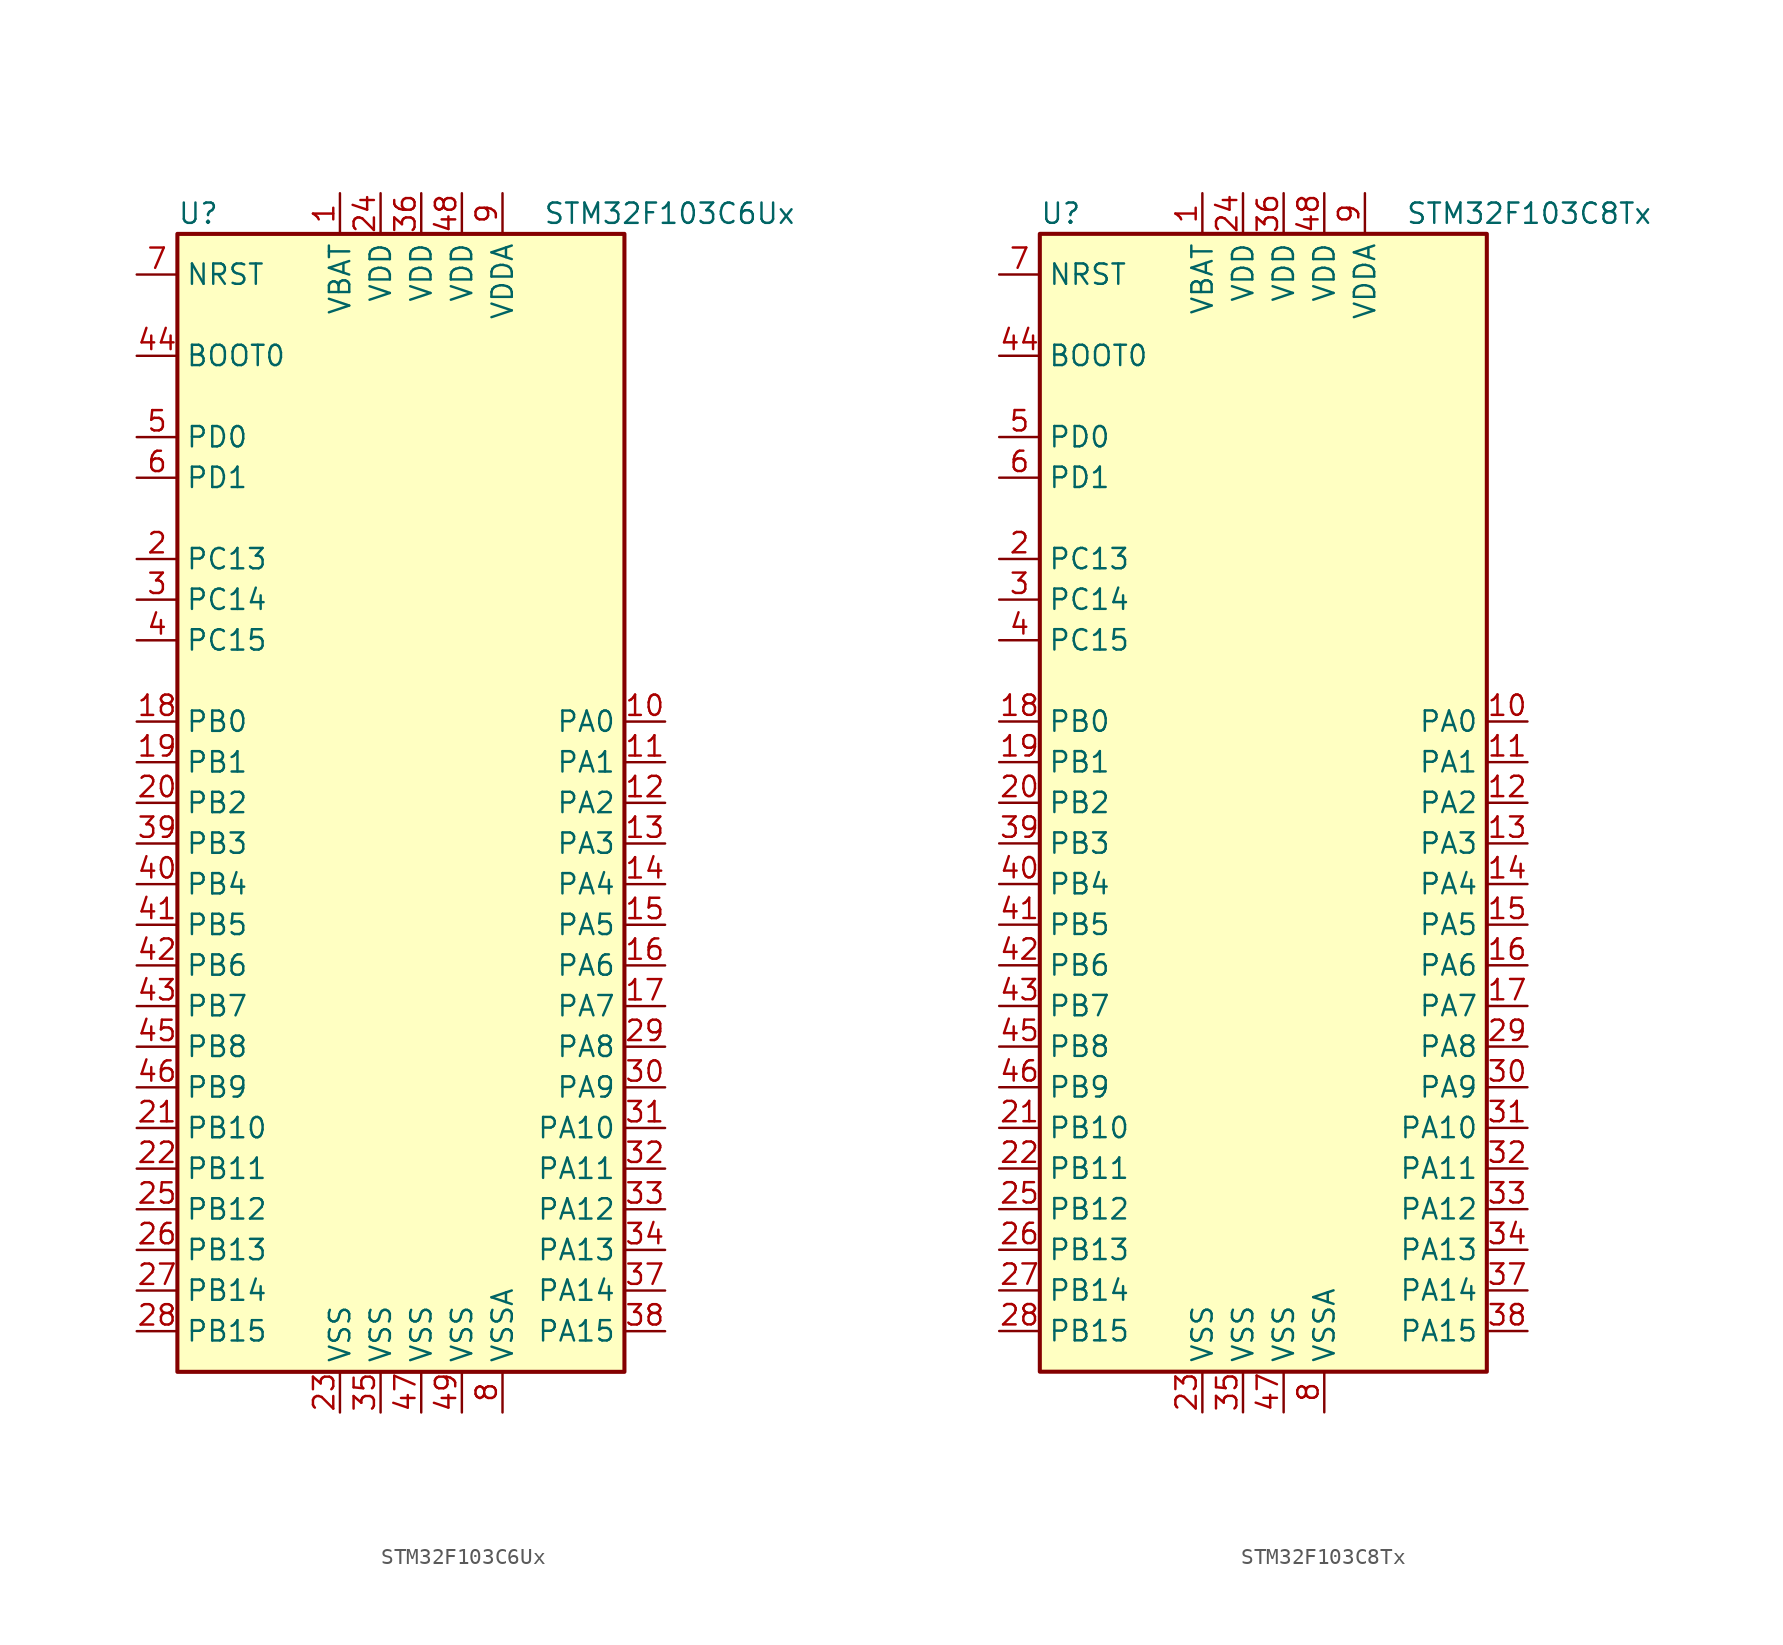
<source format=kicad_sym>
(kicad_symbol_lib
  (version 20211014)
  (generator kicad_symbol_editor)
  (symbol "STM32F103C6Ux"
    (property "Reference" "U"
      (at -15.24 36.83 0)
      (effects (font (size 1.27 1.27)) (justify left)))
    (property "Value" "STM32F103C6Ux"
      (at 7.62 36.83 0)
      (effects (font (size 1.27 1.27)) (justify left)))
    (symbol "STM32F103C6Ux_0_1"
      (rectangle (start -15.24 -35.56) (end 12.7 35.56) (stroke (width 0.254) (type default) (color 0 0 0 0)) (fill (type background))))
    (symbol "STM32F103C6Ux_1_1"
      (pin power_in line (at -5.08 38.1 270) (length 2.54) (name "VBAT" (effects (font (size 1.27 1.27)))) (number "1" (effects (font (size 1.27 1.27)))))
      (pin bidirectional line (at 15.24 5.08 180) (length 2.54) (name "PA0" (effects (font (size 1.27 1.27)))) (number "10" (effects (font (size 1.27 1.27)))))
      (pin bidirectional line (at 15.24 2.54 180) (length 2.54) (name "PA1" (effects (font (size 1.27 1.27)))) (number "11" (effects (font (size 1.27 1.27)))))
      (pin bidirectional line (at 15.24 0 180) (length 2.54) (name "PA2" (effects (font (size 1.27 1.27)))) (number "12" (effects (font (size 1.27 1.27)))))
      (pin bidirectional line (at 15.24 -2.54 180) (length 2.54) (name "PA3" (effects (font (size 1.27 1.27)))) (number "13" (effects (font (size 1.27 1.27)))))
      (pin bidirectional line (at 15.24 -5.08 180) (length 2.54) (name "PA4" (effects (font (size 1.27 1.27)))) (number "14" (effects (font (size 1.27 1.27)))))
      (pin bidirectional line (at 15.24 -7.62 180) (length 2.54) (name "PA5" (effects (font (size 1.27 1.27)))) (number "15" (effects (font (size 1.27 1.27)))))
      (pin bidirectional line (at 15.24 -10.16 180) (length 2.54) (name "PA6" (effects (font (size 1.27 1.27)))) (number "16" (effects (font (size 1.27 1.27)))))
      (pin bidirectional line (at 15.24 -12.7 180) (length 2.54) (name "PA7" (effects (font (size 1.27 1.27)))) (number "17" (effects (font (size 1.27 1.27)))))
      (pin bidirectional line (at -17.78 5.08 0) (length 2.54) (name "PB0" (effects (font (size 1.27 1.27)))) (number "18" (effects (font (size 1.27 1.27)))))
      (pin bidirectional line (at -17.78 2.54 0) (length 2.54) (name "PB1" (effects (font (size 1.27 1.27)))) (number "19" (effects (font (size 1.27 1.27)))))
      (pin bidirectional line (at -17.78 15.24 0) (length 2.54) (name "PC13" (effects (font (size 1.27 1.27)))) (number "2" (effects (font (size 1.27 1.27)))))
      (pin bidirectional line (at -17.78 0 0) (length 2.54) (name "PB2" (effects (font (size 1.27 1.27)))) (number "20" (effects (font (size 1.27 1.27)))))
      (pin bidirectional line (at -17.78 -20.32 0) (length 2.54) (name "PB10" (effects (font (size 1.27 1.27)))) (number "21" (effects (font (size 1.27 1.27)))))
      (pin bidirectional line (at -17.78 -22.86 0) (length 2.54) (name "PB11" (effects (font (size 1.27 1.27)))) (number "22" (effects (font (size 1.27 1.27)))))
      (pin power_in line (at -5.08 -38.1 90) (length 2.54) (name "VSS" (effects (font (size 1.27 1.27)))) (number "23" (effects (font (size 1.27 1.27)))))
      (pin power_in line (at -2.54 38.1 270) (length 2.54) (name "VDD" (effects (font (size 1.27 1.27)))) (number "24" (effects (font (size 1.27 1.27)))))
      (pin bidirectional line (at -17.78 -25.4 0) (length 2.54) (name "PB12" (effects (font (size 1.27 1.27)))) (number "25" (effects (font (size 1.27 1.27)))))
      (pin bidirectional line (at -17.78 -27.94 0) (length 2.54) (name "PB13" (effects (font (size 1.27 1.27)))) (number "26" (effects (font (size 1.27 1.27)))))
      (pin bidirectional line (at -17.78 -30.48 0) (length 2.54) (name "PB14" (effects (font (size 1.27 1.27)))) (number "27" (effects (font (size 1.27 1.27)))))
      (pin bidirectional line (at -17.78 -33.02 0) (length 2.54) (name "PB15" (effects (font (size 1.27 1.27)))) (number "28" (effects (font (size 1.27 1.27)))))
      (pin bidirectional line (at 15.24 -15.24 180) (length 2.54) (name "PA8" (effects (font (size 1.27 1.27)))) (number "29" (effects (font (size 1.27 1.27)))))
      (pin bidirectional line (at -17.78 12.7 0) (length 2.54) (name "PC14" (effects (font (size 1.27 1.27)))) (number "3" (effects (font (size 1.27 1.27)))))
      (pin bidirectional line (at 15.24 -17.78 180) (length 2.54) (name "PA9" (effects (font (size 1.27 1.27)))) (number "30" (effects (font (size 1.27 1.27)))))
      (pin bidirectional line (at 15.24 -20.32 180) (length 2.54) (name "PA10" (effects (font (size 1.27 1.27)))) (number "31" (effects (font (size 1.27 1.27)))))
      (pin bidirectional line (at 15.24 -22.86 180) (length 2.54) (name "PA11" (effects (font (size 1.27 1.27)))) (number "32" (effects (font (size 1.27 1.27)))))
      (pin bidirectional line (at 15.24 -25.4 180) (length 2.54) (name "PA12" (effects (font (size 1.27 1.27)))) (number "33" (effects (font (size 1.27 1.27)))))
      (pin bidirectional line (at 15.24 -27.94 180) (length 2.54) (name "PA13" (effects (font (size 1.27 1.27)))) (number "34" (effects (font (size 1.27 1.27)))))
      (pin power_in line (at -2.54 -38.1 90) (length 2.54) (name "VSS" (effects (font (size 1.27 1.27)))) (number "35" (effects (font (size 1.27 1.27)))))
      (pin power_in line (at 0 38.1 270) (length 2.54) (name "VDD" (effects (font (size 1.27 1.27)))) (number "36" (effects (font (size 1.27 1.27)))))
      (pin bidirectional line (at 15.24 -30.48 180) (length 2.54) (name "PA14" (effects (font (size 1.27 1.27)))) (number "37" (effects (font (size 1.27 1.27)))))
      (pin bidirectional line (at 15.24 -33.02 180) (length 2.54) (name "PA15" (effects (font (size 1.27 1.27)))) (number "38" (effects (font (size 1.27 1.27)))))
      (pin bidirectional line (at -17.78 -2.54 0) (length 2.54) (name "PB3" (effects (font (size 1.27 1.27)))) (number "39" (effects (font (size 1.27 1.27)))))
      (pin bidirectional line (at -17.78 10.16 0) (length 2.54) (name "PC15" (effects (font (size 1.27 1.27)))) (number "4" (effects (font (size 1.27 1.27)))))
      (pin bidirectional line (at -17.78 -5.08 0) (length 2.54) (name "PB4" (effects (font (size 1.27 1.27)))) (number "40" (effects (font (size 1.27 1.27)))))
      (pin bidirectional line (at -17.78 -7.62 0) (length 2.54) (name "PB5" (effects (font (size 1.27 1.27)))) (number "41" (effects (font (size 1.27 1.27)))))
      (pin bidirectional line (at -17.78 -10.16 0) (length 2.54) (name "PB6" (effects (font (size 1.27 1.27)))) (number "42" (effects (font (size 1.27 1.27)))))
      (pin bidirectional line (at -17.78 -12.7 0) (length 2.54) (name "PB7" (effects (font (size 1.27 1.27)))) (number "43" (effects (font (size 1.27 1.27)))))
      (pin input line (at -17.78 27.94 0) (length 2.54) (name "BOOT0" (effects (font (size 1.27 1.27)))) (number "44" (effects (font (size 1.27 1.27)))))
      (pin bidirectional line (at -17.78 -15.24 0) (length 2.54) (name "PB8" (effects (font (size 1.27 1.27)))) (number "45" (effects (font (size 1.27 1.27)))))
      (pin bidirectional line (at -17.78 -17.78 0) (length 2.54) (name "PB9" (effects (font (size 1.27 1.27)))) (number "46" (effects (font (size 1.27 1.27)))))
      (pin power_in line (at 0 -38.1 90) (length 2.54) (name "VSS" (effects (font (size 1.27 1.27)))) (number "47" (effects (font (size 1.27 1.27)))))
      (pin power_in line (at 2.54 38.1 270) (length 2.54) (name "VDD" (effects (font (size 1.27 1.27)))) (number "48" (effects (font (size 1.27 1.27)))))
      (pin power_in line (at 2.54 -38.1 90) (length 2.54) (name "VSS" (effects (font (size 1.27 1.27)))) (number "49" (effects (font (size 1.27 1.27)))))
      (pin input line (at -17.78 22.86 0) (length 2.54) (name "PD0" (effects (font (size 1.27 1.27)))) (number "5" (effects (font (size 1.27 1.27)))))
      (pin input line (at -17.78 20.32 0) (length 2.54) (name "PD1" (effects (font (size 1.27 1.27)))) (number "6" (effects (font (size 1.27 1.27)))))
      (pin input line (at -17.78 33.02 0) (length 2.54) (name "NRST" (effects (font (size 1.27 1.27)))) (number "7" (effects (font (size 1.27 1.27)))))
      (pin power_in line (at 5.08 -38.1 90) (length 2.54) (name "VSSA" (effects (font (size 1.27 1.27)))) (number "8" (effects (font (size 1.27 1.27)))))
      (pin power_in line (at 5.08 38.1 270) (length 2.54) (name "VDDA" (effects (font (size 1.27 1.27)))) (number "9" (effects (font (size 1.27 1.27)))))))
  (symbol "STM32F103C8Tx"
    (property "Reference" "U"
      (at -15.24 36.83 0)
      (effects (font (size 1.27 1.27)) (justify left)))
    (property "Value" "STM32F103C8Tx"
      (at 7.62 36.83 0)
      (effects (font (size 1.27 1.27)) (justify left)))
    (symbol "STM32F103C8Tx_0_1"
      (rectangle (start -15.24 -35.56) (end 12.7 35.56) (stroke (width 0.254) (type default) (color 0 0 0 0)) (fill (type background))))
    (symbol "STM32F103C8Tx_1_1"
      (pin power_in line (at -5.08 38.1 270) (length 2.54) (name "VBAT" (effects (font (size 1.27 1.27)))) (number "1" (effects (font (size 1.27 1.27)))))
      (pin bidirectional line (at 15.24 5.08 180) (length 2.54) (name "PA0" (effects (font (size 1.27 1.27)))) (number "10" (effects (font (size 1.27 1.27)))))
      (pin bidirectional line (at 15.24 2.54 180) (length 2.54) (name "PA1" (effects (font (size 1.27 1.27)))) (number "11" (effects (font (size 1.27 1.27)))))
      (pin bidirectional line (at 15.24 0 180) (length 2.54) (name "PA2" (effects (font (size 1.27 1.27)))) (number "12" (effects (font (size 1.27 1.27)))))
      (pin bidirectional line (at 15.24 -2.54 180) (length 2.54) (name "PA3" (effects (font (size 1.27 1.27)))) (number "13" (effects (font (size 1.27 1.27)))))
      (pin bidirectional line (at 15.24 -5.08 180) (length 2.54) (name "PA4" (effects (font (size 1.27 1.27)))) (number "14" (effects (font (size 1.27 1.27)))))
      (pin bidirectional line (at 15.24 -7.62 180) (length 2.54) (name "PA5" (effects (font (size 1.27 1.27)))) (number "15" (effects (font (size 1.27 1.27)))))
      (pin bidirectional line (at 15.24 -10.16 180) (length 2.54) (name "PA6" (effects (font (size 1.27 1.27)))) (number "16" (effects (font (size 1.27 1.27)))))
      (pin bidirectional line (at 15.24 -12.7 180) (length 2.54) (name "PA7" (effects (font (size 1.27 1.27)))) (number "17" (effects (font (size 1.27 1.27)))))
      (pin bidirectional line (at -17.78 5.08 0) (length 2.54) (name "PB0" (effects (font (size 1.27 1.27)))) (number "18" (effects (font (size 1.27 1.27)))))
      (pin bidirectional line (at -17.78 2.54 0) (length 2.54) (name "PB1" (effects (font (size 1.27 1.27)))) (number "19" (effects (font (size 1.27 1.27)))))
      (pin bidirectional line (at -17.78 15.24 0) (length 2.54) (name "PC13" (effects (font (size 1.27 1.27)))) (number "2" (effects (font (size 1.27 1.27)))))
      (pin bidirectional line (at -17.78 0 0) (length 2.54) (name "PB2" (effects (font (size 1.27 1.27)))) (number "20" (effects (font (size 1.27 1.27)))))
      (pin bidirectional line (at -17.78 -20.32 0) (length 2.54) (name "PB10" (effects (font (size 1.27 1.27)))) (number "21" (effects (font (size 1.27 1.27)))))
      (pin bidirectional line (at -17.78 -22.86 0) (length 2.54) (name "PB11" (effects (font (size 1.27 1.27)))) (number "22" (effects (font (size 1.27 1.27)))))
      (pin power_in line (at -5.08 -38.1 90) (length 2.54) (name "VSS" (effects (font (size 1.27 1.27)))) (number "23" (effects (font (size 1.27 1.27)))))
      (pin power_in line (at -2.54 38.1 270) (length 2.54) (name "VDD" (effects (font (size 1.27 1.27)))) (number "24" (effects (font (size 1.27 1.27)))))
      (pin bidirectional line (at -17.78 -25.4 0) (length 2.54) (name "PB12" (effects (font (size 1.27 1.27)))) (number "25" (effects (font (size 1.27 1.27)))))
      (pin bidirectional line (at -17.78 -27.94 0) (length 2.54) (name "PB13" (effects (font (size 1.27 1.27)))) (number "26" (effects (font (size 1.27 1.27)))))
      (pin bidirectional line (at -17.78 -30.48 0) (length 2.54) (name "PB14" (effects (font (size 1.27 1.27)))) (number "27" (effects (font (size 1.27 1.27)))))
      (pin bidirectional line (at -17.78 -33.02 0) (length 2.54) (name "PB15" (effects (font (size 1.27 1.27)))) (number "28" (effects (font (size 1.27 1.27)))))
      (pin bidirectional line (at 15.24 -15.24 180) (length 2.54) (name "PA8" (effects (font (size 1.27 1.27)))) (number "29" (effects (font (size 1.27 1.27)))))
      (pin bidirectional line (at -17.78 12.7 0) (length 2.54) (name "PC14" (effects (font (size 1.27 1.27)))) (number "3" (effects (font (size 1.27 1.27)))))
      (pin bidirectional line (at 15.24 -17.78 180) (length 2.54) (name "PA9" (effects (font (size 1.27 1.27)))) (number "30" (effects (font (size 1.27 1.27)))))
      (pin bidirectional line (at 15.24 -20.32 180) (length 2.54) (name "PA10" (effects (font (size 1.27 1.27)))) (number "31" (effects (font (size 1.27 1.27)))))
      (pin bidirectional line (at 15.24 -22.86 180) (length 2.54) (name "PA11" (effects (font (size 1.27 1.27)))) (number "32" (effects (font (size 1.27 1.27)))))
      (pin bidirectional line (at 15.24 -25.4 180) (length 2.54) (name "PA12" (effects (font (size 1.27 1.27)))) (number "33" (effects (font (size 1.27 1.27)))))
      (pin bidirectional line (at 15.24 -27.94 180) (length 2.54) (name "PA13" (effects (font (size 1.27 1.27)))) (number "34" (effects (font (size 1.27 1.27)))))
      (pin power_in line (at -2.54 -38.1 90) (length 2.54) (name "VSS" (effects (font (size 1.27 1.27)))) (number "35" (effects (font (size 1.27 1.27)))))
      (pin power_in line (at 0 38.1 270) (length 2.54) (name "VDD" (effects (font (size 1.27 1.27)))) (number "36" (effects (font (size 1.27 1.27)))))
      (pin bidirectional line (at 15.24 -30.48 180) (length 2.54) (name "PA14" (effects (font (size 1.27 1.27)))) (number "37" (effects (font (size 1.27 1.27)))))
      (pin bidirectional line (at 15.24 -33.02 180) (length 2.54) (name "PA15" (effects (font (size 1.27 1.27)))) (number "38" (effects (font (size 1.27 1.27)))))
      (pin bidirectional line (at -17.78 -2.54 0) (length 2.54) (name "PB3" (effects (font (size 1.27 1.27)))) (number "39" (effects (font (size 1.27 1.27)))))
      (pin bidirectional line (at -17.78 10.16 0) (length 2.54) (name "PC15" (effects (font (size 1.27 1.27)))) (number "4" (effects (font (size 1.27 1.27)))))
      (pin bidirectional line (at -17.78 -5.08 0) (length 2.54) (name "PB4" (effects (font (size 1.27 1.27)))) (number "40" (effects (font (size 1.27 1.27)))))
      (pin bidirectional line (at -17.78 -7.62 0) (length 2.54) (name "PB5" (effects (font (size 1.27 1.27)))) (number "41" (effects (font (size 1.27 1.27)))))
      (pin bidirectional line (at -17.78 -10.16 0) (length 2.54) (name "PB6" (effects (font (size 1.27 1.27)))) (number "42" (effects (font (size 1.27 1.27)))))
      (pin bidirectional line (at -17.78 -12.7 0) (length 2.54) (name "PB7" (effects (font (size 1.27 1.27)))) (number "43" (effects (font (size 1.27 1.27)))))
      (pin input line (at -17.78 27.94 0) (length 2.54) (name "BOOT0" (effects (font (size 1.27 1.27)))) (number "44" (effects (font (size 1.27 1.27)))))
      (pin bidirectional line (at -17.78 -15.24 0) (length 2.54) (name "PB8" (effects (font (size 1.27 1.27)))) (number "45" (effects (font (size 1.27 1.27)))))
      (pin bidirectional line (at -17.78 -17.78 0) (length 2.54) (name "PB9" (effects (font (size 1.27 1.27)))) (number "46" (effects (font (size 1.27 1.27)))))
      (pin power_in line (at 0 -38.1 90) (length 2.54) (name "VSS" (effects (font (size 1.27 1.27)))) (number "47" (effects (font (size 1.27 1.27)))))
      (pin power_in line (at 2.54 38.1 270) (length 2.54) (name "VDD" (effects (font (size 1.27 1.27)))) (number "48" (effects (font (size 1.27 1.27)))))
      (pin input line (at -17.78 22.86 0) (length 2.54) (name "PD0" (effects (font (size 1.27 1.27)))) (number "5" (effects (font (size 1.27 1.27)))))
      (pin input line (at -17.78 20.32 0) (length 2.54) (name "PD1" (effects (font (size 1.27 1.27)))) (number "6" (effects (font (size 1.27 1.27)))))
      (pin input line (at -17.78 33.02 0) (length 2.54) (name "NRST" (effects (font (size 1.27 1.27)))) (number "7" (effects (font (size 1.27 1.27)))))
      (pin power_in line (at 2.54 -38.1 90) (length 2.54) (name "VSSA" (effects (font (size 1.27 1.27)))) (number "8" (effects (font (size 1.27 1.27)))))
      (pin power_in line (at 5.08 38.1 270) (length 2.54) (name "VDDA" (effects (font (size 1.27 1.27)))) (number "9" (effects (font (size 1.27 1.27))))))))
</source>
